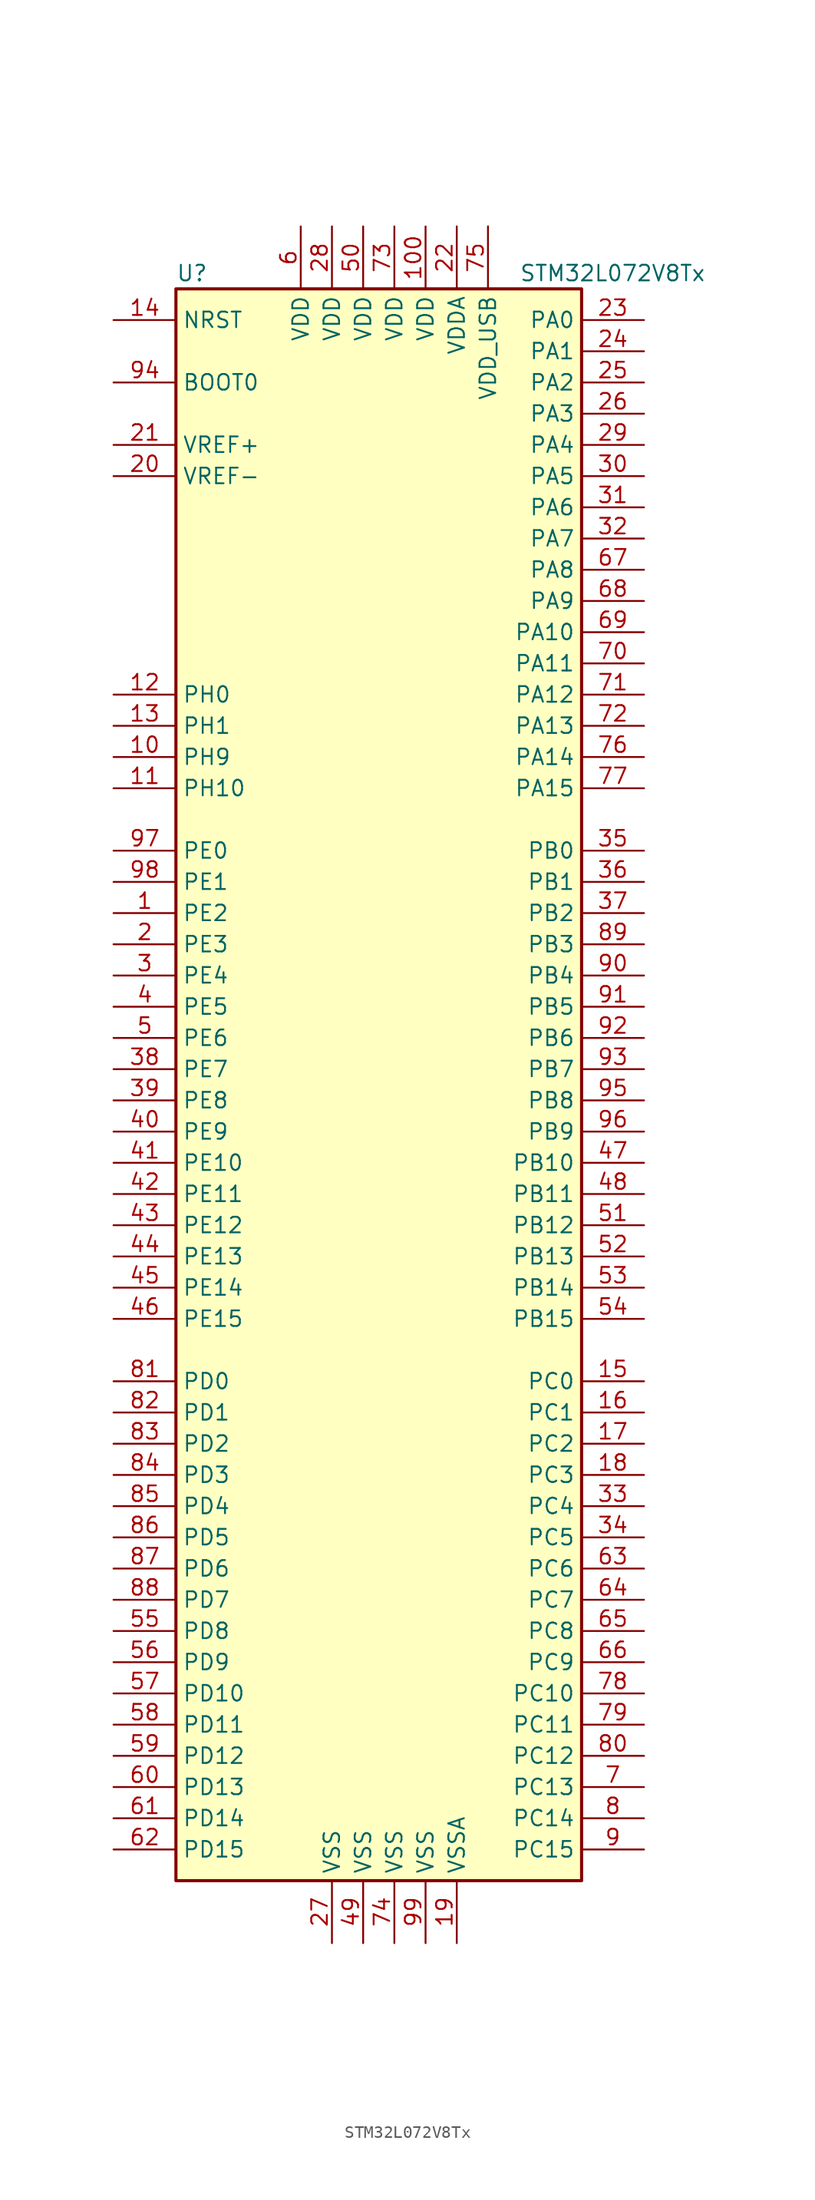
<source format=kicad_sym>
(kicad_symbol_lib
  (version 20201005)
  (generator kicad_symbol_editor)
  (symbol "STM32L072V8Tx"
    (property "Reference" "U"
      (at -17.78 64.77 0)
      (effects (font (size 1.27 1.27)) (justify left)))
    (property "Value" "STM32L072V8Tx"
      (at 10.16 64.77 0)
      (effects (font (size 1.27 1.27)) (justify left)))
    (symbol "STM32L072V8Tx_0_1"
      (rectangle (start -17.78 -66.04) (end 15.24 63.5) (stroke (width 0.254)) (fill (type background))))
    (symbol "STM32L072V8Tx_1_1"
      (pin input line (at -22.86 55.88 0) (length 5.08) (name "BOOT0" (effects (font (size 1.27 1.27)))) (number "94" (effects (font (size 1.27 1.27)))))
      (pin input line (at -22.86 60.96 0) (length 5.08) (name "NRST" (effects (font (size 1.27 1.27)))) (number "14" (effects (font (size 1.27 1.27)))))
      (pin bidirectional line (at 20.32 60.96 180) (length 5.08) (name "PA0" (effects (font (size 1.27 1.27)))) (number "23" (effects (font (size 1.27 1.27)))))
      (pin bidirectional line (at 20.32 58.42 180) (length 5.08) (name "PA1" (effects (font (size 1.27 1.27)))) (number "24" (effects (font (size 1.27 1.27)))))
      (pin bidirectional line (at 20.32 35.56 180) (length 5.08) (name "PA10" (effects (font (size 1.27 1.27)))) (number "69" (effects (font (size 1.27 1.27)))))
      (pin bidirectional line (at 20.32 33.02 180) (length 5.08) (name "PA11" (effects (font (size 1.27 1.27)))) (number "70" (effects (font (size 1.27 1.27)))))
      (pin bidirectional line (at 20.32 30.48 180) (length 5.08) (name "PA12" (effects (font (size 1.27 1.27)))) (number "71" (effects (font (size 1.27 1.27)))))
      (pin bidirectional line (at 20.32 27.94 180) (length 5.08) (name "PA13" (effects (font (size 1.27 1.27)))) (number "72" (effects (font (size 1.27 1.27)))))
      (pin bidirectional line (at 20.32 25.4 180) (length 5.08) (name "PA14" (effects (font (size 1.27 1.27)))) (number "76" (effects (font (size 1.27 1.27)))))
      (pin bidirectional line (at 20.32 22.86 180) (length 5.08) (name "PA15" (effects (font (size 1.27 1.27)))) (number "77" (effects (font (size 1.27 1.27)))))
      (pin bidirectional line (at 20.32 55.88 180) (length 5.08) (name "PA2" (effects (font (size 1.27 1.27)))) (number "25" (effects (font (size 1.27 1.27)))))
      (pin bidirectional line (at 20.32 53.34 180) (length 5.08) (name "PA3" (effects (font (size 1.27 1.27)))) (number "26" (effects (font (size 1.27 1.27)))))
      (pin bidirectional line (at 20.32 50.8 180) (length 5.08) (name "PA4" (effects (font (size 1.27 1.27)))) (number "29" (effects (font (size 1.27 1.27)))))
      (pin bidirectional line (at 20.32 48.26 180) (length 5.08) (name "PA5" (effects (font (size 1.27 1.27)))) (number "30" (effects (font (size 1.27 1.27)))))
      (pin bidirectional line (at 20.32 45.72 180) (length 5.08) (name "PA6" (effects (font (size 1.27 1.27)))) (number "31" (effects (font (size 1.27 1.27)))))
      (pin bidirectional line (at 20.32 43.18 180) (length 5.08) (name "PA7" (effects (font (size 1.27 1.27)))) (number "32" (effects (font (size 1.27 1.27)))))
      (pin bidirectional line (at 20.32 40.64 180) (length 5.08) (name "PA8" (effects (font (size 1.27 1.27)))) (number "67" (effects (font (size 1.27 1.27)))))
      (pin bidirectional line (at 20.32 38.1 180) (length 5.08) (name "PA9" (effects (font (size 1.27 1.27)))) (number "68" (effects (font (size 1.27 1.27)))))
      (pin bidirectional line (at 20.32 17.78 180) (length 5.08) (name "PB0" (effects (font (size 1.27 1.27)))) (number "35" (effects (font (size 1.27 1.27)))))
      (pin bidirectional line (at 20.32 15.24 180) (length 5.08) (name "PB1" (effects (font (size 1.27 1.27)))) (number "36" (effects (font (size 1.27 1.27)))))
      (pin bidirectional line (at 20.32 -7.62 180) (length 5.08) (name "PB10" (effects (font (size 1.27 1.27)))) (number "47" (effects (font (size 1.27 1.27)))))
      (pin bidirectional line (at 20.32 -10.16 180) (length 5.08) (name "PB11" (effects (font (size 1.27 1.27)))) (number "48" (effects (font (size 1.27 1.27)))))
      (pin bidirectional line (at 20.32 -12.7 180) (length 5.08) (name "PB12" (effects (font (size 1.27 1.27)))) (number "51" (effects (font (size 1.27 1.27)))))
      (pin bidirectional line (at 20.32 -15.24 180) (length 5.08) (name "PB13" (effects (font (size 1.27 1.27)))) (number "52" (effects (font (size 1.27 1.27)))))
      (pin bidirectional line (at 20.32 -17.78 180) (length 5.08) (name "PB14" (effects (font (size 1.27 1.27)))) (number "53" (effects (font (size 1.27 1.27)))))
      (pin bidirectional line (at 20.32 -20.32 180) (length 5.08) (name "PB15" (effects (font (size 1.27 1.27)))) (number "54" (effects (font (size 1.27 1.27)))))
      (pin bidirectional line (at 20.32 12.7 180) (length 5.08) (name "PB2" (effects (font (size 1.27 1.27)))) (number "37" (effects (font (size 1.27 1.27)))))
      (pin bidirectional line (at 20.32 10.16 180) (length 5.08) (name "PB3" (effects (font (size 1.27 1.27)))) (number "89" (effects (font (size 1.27 1.27)))))
      (pin bidirectional line (at 20.32 7.62 180) (length 5.08) (name "PB4" (effects (font (size 1.27 1.27)))) (number "90" (effects (font (size 1.27 1.27)))))
      (pin bidirectional line (at 20.32 5.08 180) (length 5.08) (name "PB5" (effects (font (size 1.27 1.27)))) (number "91" (effects (font (size 1.27 1.27)))))
      (pin bidirectional line (at 20.32 2.54 180) (length 5.08) (name "PB6" (effects (font (size 1.27 1.27)))) (number "92" (effects (font (size 1.27 1.27)))))
      (pin bidirectional line (at 20.32 0 180) (length 5.08) (name "PB7" (effects (font (size 1.27 1.27)))) (number "93" (effects (font (size 1.27 1.27)))))
      (pin bidirectional line (at 20.32 -2.54 180) (length 5.08) (name "PB8" (effects (font (size 1.27 1.27)))) (number "95" (effects (font (size 1.27 1.27)))))
      (pin bidirectional line (at 20.32 -5.08 180) (length 5.08) (name "PB9" (effects (font (size 1.27 1.27)))) (number "96" (effects (font (size 1.27 1.27)))))
      (pin bidirectional line (at 20.32 -25.4 180) (length 5.08) (name "PC0" (effects (font (size 1.27 1.27)))) (number "15" (effects (font (size 1.27 1.27)))))
      (pin bidirectional line (at 20.32 -27.94 180) (length 5.08) (name "PC1" (effects (font (size 1.27 1.27)))) (number "16" (effects (font (size 1.27 1.27)))))
      (pin bidirectional line (at 20.32 -50.8 180) (length 5.08) (name "PC10" (effects (font (size 1.27 1.27)))) (number "78" (effects (font (size 1.27 1.27)))))
      (pin bidirectional line (at 20.32 -53.34 180) (length 5.08) (name "PC11" (effects (font (size 1.27 1.27)))) (number "79" (effects (font (size 1.27 1.27)))))
      (pin bidirectional line (at 20.32 -55.88 180) (length 5.08) (name "PC12" (effects (font (size 1.27 1.27)))) (number "80" (effects (font (size 1.27 1.27)))))
      (pin bidirectional line (at 20.32 -58.42 180) (length 5.08) (name "PC13" (effects (font (size 1.27 1.27)))) (number "7" (effects (font (size 1.27 1.27)))))
      (pin bidirectional line (at 20.32 -60.96 180) (length 5.08) (name "PC14" (effects (font (size 1.27 1.27)))) (number "8" (effects (font (size 1.27 1.27)))))
      (pin bidirectional line (at 20.32 -63.5 180) (length 5.08) (name "PC15" (effects (font (size 1.27 1.27)))) (number "9" (effects (font (size 1.27 1.27)))))
      (pin bidirectional line (at 20.32 -30.48 180) (length 5.08) (name "PC2" (effects (font (size 1.27 1.27)))) (number "17" (effects (font (size 1.27 1.27)))))
      (pin bidirectional line (at 20.32 -33.02 180) (length 5.08) (name "PC3" (effects (font (size 1.27 1.27)))) (number "18" (effects (font (size 1.27 1.27)))))
      (pin bidirectional line (at 20.32 -35.56 180) (length 5.08) (name "PC4" (effects (font (size 1.27 1.27)))) (number "33" (effects (font (size 1.27 1.27)))))
      (pin bidirectional line (at 20.32 -38.1 180) (length 5.08) (name "PC5" (effects (font (size 1.27 1.27)))) (number "34" (effects (font (size 1.27 1.27)))))
      (pin bidirectional line (at 20.32 -40.64 180) (length 5.08) (name "PC6" (effects (font (size 1.27 1.27)))) (number "63" (effects (font (size 1.27 1.27)))))
      (pin bidirectional line (at 20.32 -43.18 180) (length 5.08) (name "PC7" (effects (font (size 1.27 1.27)))) (number "64" (effects (font (size 1.27 1.27)))))
      (pin bidirectional line (at 20.32 -45.72 180) (length 5.08) (name "PC8" (effects (font (size 1.27 1.27)))) (number "65" (effects (font (size 1.27 1.27)))))
      (pin bidirectional line (at 20.32 -48.26 180) (length 5.08) (name "PC9" (effects (font (size 1.27 1.27)))) (number "66" (effects (font (size 1.27 1.27)))))
      (pin bidirectional line (at -22.86 -25.4 0) (length 5.08) (name "PD0" (effects (font (size 1.27 1.27)))) (number "81" (effects (font (size 1.27 1.27)))))
      (pin bidirectional line (at -22.86 -27.94 0) (length 5.08) (name "PD1" (effects (font (size 1.27 1.27)))) (number "82" (effects (font (size 1.27 1.27)))))
      (pin bidirectional line (at -22.86 -50.8 0) (length 5.08) (name "PD10" (effects (font (size 1.27 1.27)))) (number "57" (effects (font (size 1.27 1.27)))))
      (pin bidirectional line (at -22.86 -53.34 0) (length 5.08) (name "PD11" (effects (font (size 1.27 1.27)))) (number "58" (effects (font (size 1.27 1.27)))))
      (pin bidirectional line (at -22.86 -55.88 0) (length 5.08) (name "PD12" (effects (font (size 1.27 1.27)))) (number "59" (effects (font (size 1.27 1.27)))))
      (pin bidirectional line (at -22.86 -58.42 0) (length 5.08) (name "PD13" (effects (font (size 1.27 1.27)))) (number "60" (effects (font (size 1.27 1.27)))))
      (pin bidirectional line (at -22.86 -60.96 0) (length 5.08) (name "PD14" (effects (font (size 1.27 1.27)))) (number "61" (effects (font (size 1.27 1.27)))))
      (pin bidirectional line (at -22.86 -63.5 0) (length 5.08) (name "PD15" (effects (font (size 1.27 1.27)))) (number "62" (effects (font (size 1.27 1.27)))))
      (pin bidirectional line (at -22.86 -30.48 0) (length 5.08) (name "PD2" (effects (font (size 1.27 1.27)))) (number "83" (effects (font (size 1.27 1.27)))))
      (pin bidirectional line (at -22.86 -33.02 0) (length 5.08) (name "PD3" (effects (font (size 1.27 1.27)))) (number "84" (effects (font (size 1.27 1.27)))))
      (pin bidirectional line (at -22.86 -35.56 0) (length 5.08) (name "PD4" (effects (font (size 1.27 1.27)))) (number "85" (effects (font (size 1.27 1.27)))))
      (pin bidirectional line (at -22.86 -38.1 0) (length 5.08) (name "PD5" (effects (font (size 1.27 1.27)))) (number "86" (effects (font (size 1.27 1.27)))))
      (pin bidirectional line (at -22.86 -40.64 0) (length 5.08) (name "PD6" (effects (font (size 1.27 1.27)))) (number "87" (effects (font (size 1.27 1.27)))))
      (pin bidirectional line (at -22.86 -43.18 0) (length 5.08) (name "PD7" (effects (font (size 1.27 1.27)))) (number "88" (effects (font (size 1.27 1.27)))))
      (pin bidirectional line (at -22.86 -45.72 0) (length 5.08) (name "PD8" (effects (font (size 1.27 1.27)))) (number "55" (effects (font (size 1.27 1.27)))))
      (pin bidirectional line (at -22.86 -48.26 0) (length 5.08) (name "PD9" (effects (font (size 1.27 1.27)))) (number "56" (effects (font (size 1.27 1.27)))))
      (pin bidirectional line (at -22.86 17.78 0) (length 5.08) (name "PE0" (effects (font (size 1.27 1.27)))) (number "97" (effects (font (size 1.27 1.27)))))
      (pin bidirectional line (at -22.86 15.24 0) (length 5.08) (name "PE1" (effects (font (size 1.27 1.27)))) (number "98" (effects (font (size 1.27 1.27)))))
      (pin bidirectional line (at -22.86 -7.62 0) (length 5.08) (name "PE10" (effects (font (size 1.27 1.27)))) (number "41" (effects (font (size 1.27 1.27)))))
      (pin bidirectional line (at -22.86 -10.16 0) (length 5.08) (name "PE11" (effects (font (size 1.27 1.27)))) (number "42" (effects (font (size 1.27 1.27)))))
      (pin bidirectional line (at -22.86 -12.7 0) (length 5.08) (name "PE12" (effects (font (size 1.27 1.27)))) (number "43" (effects (font (size 1.27 1.27)))))
      (pin bidirectional line (at -22.86 -15.24 0) (length 5.08) (name "PE13" (effects (font (size 1.27 1.27)))) (number "44" (effects (font (size 1.27 1.27)))))
      (pin bidirectional line (at -22.86 -17.78 0) (length 5.08) (name "PE14" (effects (font (size 1.27 1.27)))) (number "45" (effects (font (size 1.27 1.27)))))
      (pin bidirectional line (at -22.86 -20.32 0) (length 5.08) (name "PE15" (effects (font (size 1.27 1.27)))) (number "46" (effects (font (size 1.27 1.27)))))
      (pin bidirectional line (at -22.86 12.7 0) (length 5.08) (name "PE2" (effects (font (size 1.27 1.27)))) (number "1" (effects (font (size 1.27 1.27)))))
      (pin bidirectional line (at -22.86 10.16 0) (length 5.08) (name "PE3" (effects (font (size 1.27 1.27)))) (number "2" (effects (font (size 1.27 1.27)))))
      (pin bidirectional line (at -22.86 7.62 0) (length 5.08) (name "PE4" (effects (font (size 1.27 1.27)))) (number "3" (effects (font (size 1.27 1.27)))))
      (pin bidirectional line (at -22.86 5.08 0) (length 5.08) (name "PE5" (effects (font (size 1.27 1.27)))) (number "4" (effects (font (size 1.27 1.27)))))
      (pin bidirectional line (at -22.86 2.54 0) (length 5.08) (name "PE6" (effects (font (size 1.27 1.27)))) (number "5" (effects (font (size 1.27 1.27)))))
      (pin bidirectional line (at -22.86 0 0) (length 5.08) (name "PE7" (effects (font (size 1.27 1.27)))) (number "38" (effects (font (size 1.27 1.27)))))
      (pin bidirectional line (at -22.86 -2.54 0) (length 5.08) (name "PE8" (effects (font (size 1.27 1.27)))) (number "39" (effects (font (size 1.27 1.27)))))
      (pin bidirectional line (at -22.86 -5.08 0) (length 5.08) (name "PE9" (effects (font (size 1.27 1.27)))) (number "40" (effects (font (size 1.27 1.27)))))
      (pin input line (at -22.86 30.48 0) (length 5.08) (name "PH0" (effects (font (size 1.27 1.27)))) (number "12" (effects (font (size 1.27 1.27)))))
      (pin input line (at -22.86 27.94 0) (length 5.08) (name "PH1" (effects (font (size 1.27 1.27)))) (number "13" (effects (font (size 1.27 1.27)))))
      (pin bidirectional line (at -22.86 22.86 0) (length 5.08) (name "PH10" (effects (font (size 1.27 1.27)))) (number "11" (effects (font (size 1.27 1.27)))))
      (pin bidirectional line (at -22.86 25.4 0) (length 5.08) (name "PH9" (effects (font (size 1.27 1.27)))) (number "10" (effects (font (size 1.27 1.27)))))
      (pin power_in line (at 2.54 68.58 270) (length 5.08) (name "VDD" (effects (font (size 1.27 1.27)))) (number "100" (effects (font (size 1.27 1.27)))))
      (pin power_in line (at -5.08 68.58 270) (length 5.08) (name "VDD" (effects (font (size 1.27 1.27)))) (number "28" (effects (font (size 1.27 1.27)))))
      (pin power_in line (at -2.54 68.58 270) (length 5.08) (name "VDD" (effects (font (size 1.27 1.27)))) (number "50" (effects (font (size 1.27 1.27)))))
      (pin power_in line (at -7.62 68.58 270) (length 5.08) (name "VDD" (effects (font (size 1.27 1.27)))) (number "6" (effects (font (size 1.27 1.27)))))
      (pin power_in line (at 0 68.58 270) (length 5.08) (name "VDD" (effects (font (size 1.27 1.27)))) (number "73" (effects (font (size 1.27 1.27)))))
      (pin power_in line (at 5.08 68.58 270) (length 5.08) (name "VDDA" (effects (font (size 1.27 1.27)))) (number "22" (effects (font (size 1.27 1.27)))))
      (pin power_in line (at 7.62 68.58 270) (length 5.08) (name "VDD_USB" (effects (font (size 1.27 1.27)))) (number "75" (effects (font (size 1.27 1.27)))))
      (pin power_in line (at -22.86 50.8 0) (length 5.08) (name "VREF+" (effects (font (size 1.27 1.27)))) (number "21" (effects (font (size 1.27 1.27)))))
      (pin power_in line (at -22.86 48.26 0) (length 5.08) (name "VREF-" (effects (font (size 1.27 1.27)))) (number "20" (effects (font (size 1.27 1.27)))))
      (pin power_in line (at -5.08 -71.12 90) (length 5.08) (name "VSS" (effects (font (size 1.27 1.27)))) (number "27" (effects (font (size 1.27 1.27)))))
      (pin power_in line (at -2.54 -71.12 90) (length 5.08) (name "VSS" (effects (font (size 1.27 1.27)))) (number "49" (effects (font (size 1.27 1.27)))))
      (pin power_in line (at 0 -71.12 90) (length 5.08) (name "VSS" (effects (font (size 1.27 1.27)))) (number "74" (effects (font (size 1.27 1.27)))))
      (pin power_in line (at 2.54 -71.12 90) (length 5.08) (name "VSS" (effects (font (size 1.27 1.27)))) (number "99" (effects (font (size 1.27 1.27)))))
      (pin power_in line (at 5.08 -71.12 90) (length 5.08) (name "VSSA" (effects (font (size 1.27 1.27)))) (number "19" (effects (font (size 1.27 1.27))))))))
</source>
